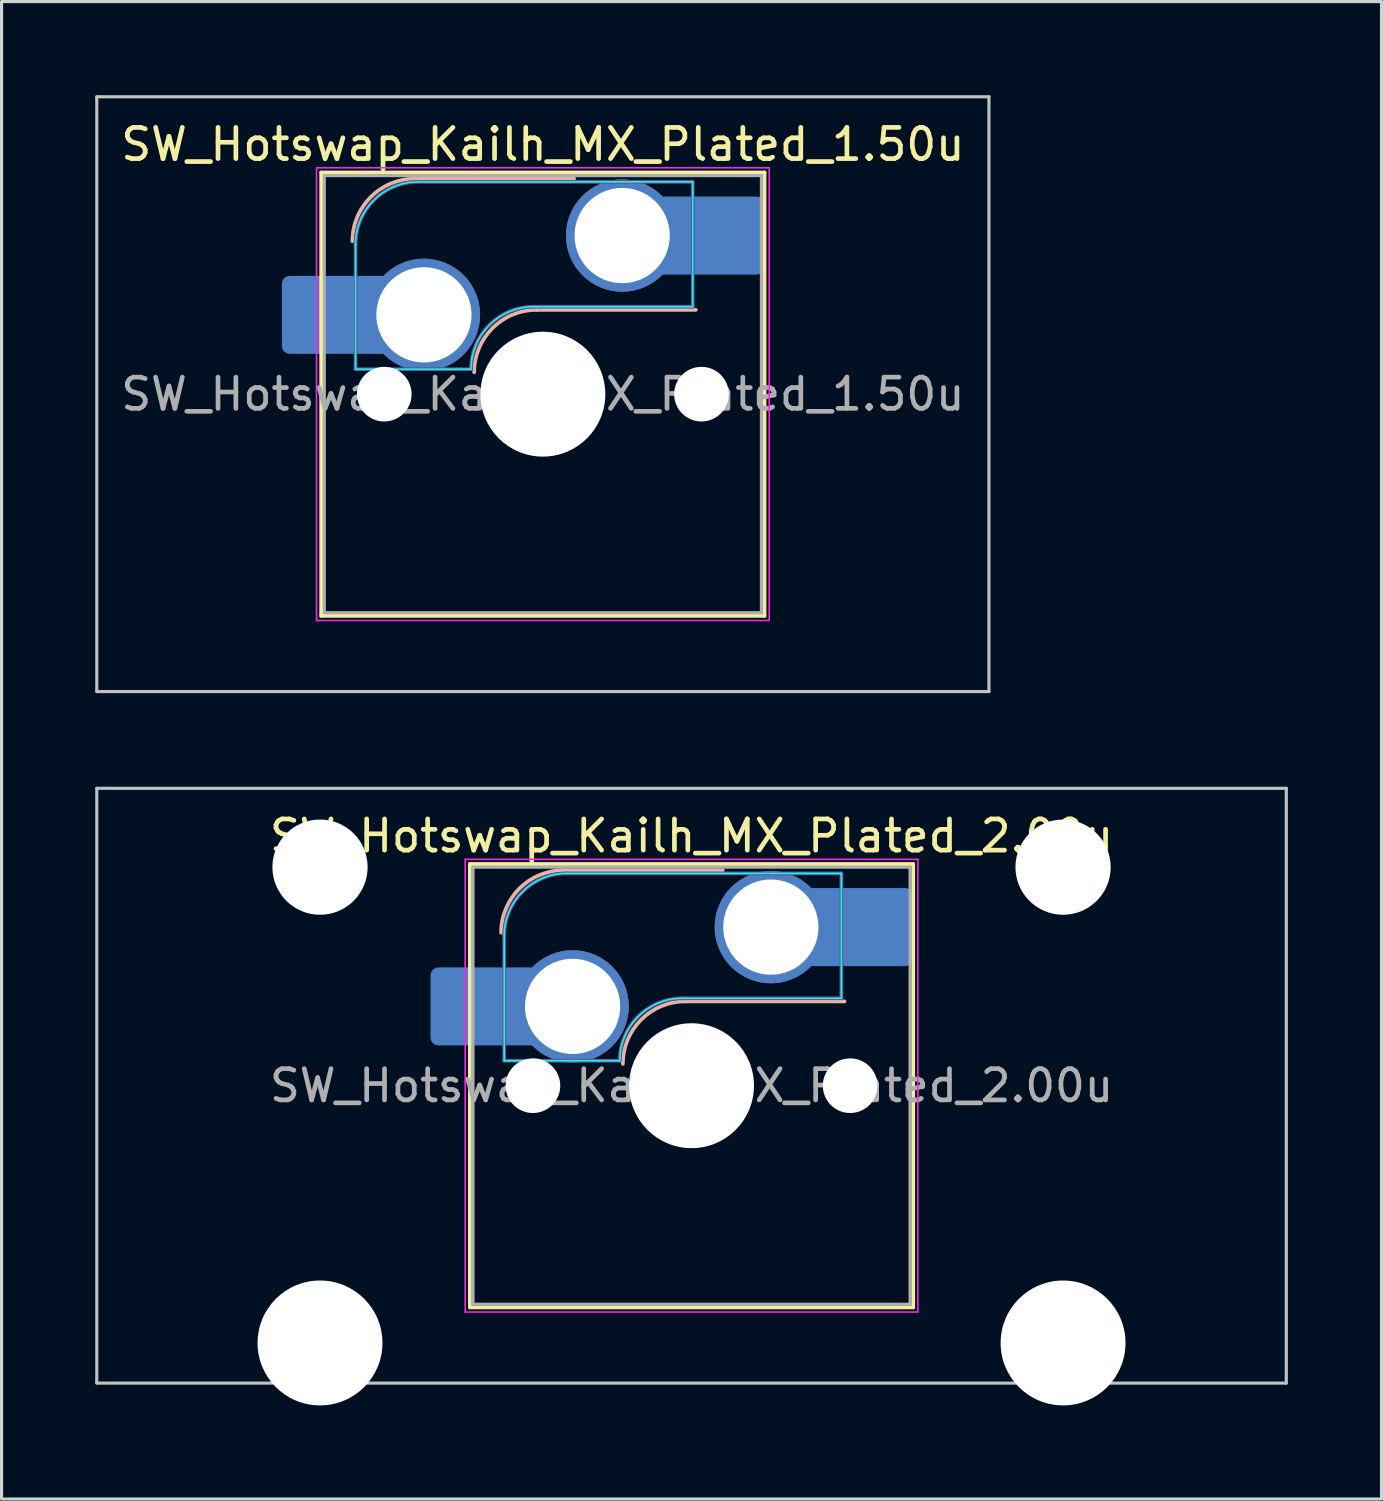
<source format=kicad_pcb>
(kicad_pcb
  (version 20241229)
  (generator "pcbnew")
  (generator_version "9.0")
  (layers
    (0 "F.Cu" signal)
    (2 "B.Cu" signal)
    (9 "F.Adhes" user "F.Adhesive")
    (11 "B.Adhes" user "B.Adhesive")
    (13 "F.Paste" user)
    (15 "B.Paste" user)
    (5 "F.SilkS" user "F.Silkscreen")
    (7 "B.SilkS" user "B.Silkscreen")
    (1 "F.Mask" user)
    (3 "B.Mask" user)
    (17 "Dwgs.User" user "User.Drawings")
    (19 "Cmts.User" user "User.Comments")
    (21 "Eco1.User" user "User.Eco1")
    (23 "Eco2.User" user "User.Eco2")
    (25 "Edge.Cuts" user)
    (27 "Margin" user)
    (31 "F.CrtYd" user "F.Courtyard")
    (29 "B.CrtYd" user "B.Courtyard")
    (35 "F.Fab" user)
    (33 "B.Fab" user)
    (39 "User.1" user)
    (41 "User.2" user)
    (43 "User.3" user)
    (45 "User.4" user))
  (footprint "SW_Hotswap_Kailh_MX_Plated_1.50u"
    (layer "F.Cu")
    (at 16.878 4.495)
    (property "Reference" "SW_Hotswap_Kailh_MX_Plated_1.50u" (at -2.54 -2.92 0) (layer "F.SilkS") (effects (font (size 1 1) (thickness 0.15))))
    (attr smd)
    (fp_line (start -9.64 -2.02) (end -9.64 12.18) (stroke (width 0.12) (type solid)) (layer "F.SilkS"))
    (fp_line (start -9.64 12.18) (end 4.56 12.18) (stroke (width 0.12) (type solid)) (layer "F.SilkS"))
    (fp_line (start 4.56 -2.02) (end -9.64 -2.02) (stroke (width 0.12) (type solid)) (layer "F.SilkS"))
    (fp_line (start 4.56 12.18) (end 4.56 -2.02) (stroke (width 0.12) (type solid)) (layer "F.SilkS"))
    (fp_line (start -6.64 -1.82) (end -1.54 -1.82) (stroke (width 0.12) (type solid)) (layer "B.SilkS"))
    (fp_line (start -2.74 2.38) (end 2.36 2.38) (stroke (width 0.12) (type solid)) (layer "B.SilkS"))
    (fp_arc (start -8.64 0.18) (mid -8.054214 -1.234214) (end -6.64 -1.82) (stroke (width 0.12) (type solid)) (layer "B.SilkS"))
    (fp_arc (start -4.74 4.38) (mid -4.154214 2.965786) (end -2.74 2.38) (stroke (width 0.12) (type solid)) (layer "B.SilkS"))
    (fp_line (start -16.828 -4.445) (end -16.828 14.605) (stroke (width 0.1) (type solid)) (layer "Dwgs.User"))
    (fp_line (start -16.828 14.605) (end 11.748 14.605) (stroke (width 0.1) (type solid)) (layer "Dwgs.User"))
    (fp_line (start 11.748 -4.445) (end -16.828 -4.445) (stroke (width 0.1) (type solid)) (layer "Dwgs.User"))
    (fp_line (start 11.748 14.605) (end 11.748 -4.445) (stroke (width 0.1) (type solid)) (layer "Dwgs.User"))
    (fp_line (start -10.34 -0.92) (end -9.54 -0.92) (stroke (width 0.1) (type solid)) (layer "Eco1.User"))
    (fp_line (start -10.34 2.18) (end -10.34 -0.92) (stroke (width 0.1) (type solid)) (layer "Eco1.User"))
    (fp_line (start -10.34 7.98) (end -9.54 7.98) (stroke (width 0.1) (type solid)) (layer "Eco1.User"))
    (fp_line (start -10.34 11.08) (end -10.34 7.98) (stroke (width 0.1) (type solid)) (layer "Eco1.User"))
    (fp_line (start -9.54 -1.92) (end 4.46 -1.92) (stroke (width 0.1) (type solid)) (layer "Eco1.User"))
    (fp_line (start -9.54 -0.92) (end -9.54 -1.92) (stroke (width 0.1) (type solid)) (layer "Eco1.User"))
    (fp_line (start -9.54 2.18) (end -10.34 2.18) (stroke (width 0.1) (type solid)) (layer "Eco1.User"))
    (fp_line (start -9.54 7.98) (end -9.54 2.18) (stroke (width 0.1) (type solid)) (layer "Eco1.User"))
    (fp_line (start -9.54 11.08) (end -10.34 11.08) (stroke (width 0.1) (type solid)) (layer "Eco1.User"))
    (fp_line (start -9.54 12.08) (end -9.54 11.08) (stroke (width 0.1) (type solid)) (layer "Eco1.User"))
    (fp_line (start 4.46 -1.92) (end 4.46 -0.92) (stroke (width 0.1) (type solid)) (layer "Eco1.User"))
    (fp_line (start 4.46 -0.92) (end 5.26 -0.92) (stroke (width 0.1) (type solid)) (layer "Eco1.User"))
    (fp_line (start 4.46 2.18) (end 4.46 7.98) (stroke (width 0.1) (type solid)) (layer "Eco1.User"))
    (fp_line (start 4.46 7.98) (end 5.26 7.98) (stroke (width 0.1) (type solid)) (layer "Eco1.User"))
    (fp_line (start 4.46 11.08) (end 4.46 12.08) (stroke (width 0.1) (type solid)) (layer "Eco1.User"))
    (fp_line (start 4.46 12.08) (end -9.54 12.08) (stroke (width 0.1) (type solid)) (layer "Eco1.User"))
    (fp_line (start 5.26 -0.92) (end 5.26 2.18) (stroke (width 0.1) (type solid)) (layer "Eco1.User"))
    (fp_line (start 5.26 2.18) (end 4.46 2.18) (stroke (width 0.1) (type solid)) (layer "Eco1.User"))
    (fp_line (start 5.26 7.98) (end 5.26 11.08) (stroke (width 0.1) (type solid)) (layer "Eco1.User"))
    (fp_line (start 5.26 11.08) (end 4.46 11.08) (stroke (width 0.1) (type solid)) (layer "Eco1.User"))
    (fp_line (start -8.54 4.28) (end -8.54 0.28) (stroke (width 0.05) (type solid)) (layer "B.CrtYd"))
    (fp_line (start -8.54 4.28) (end -4.84 4.28) (stroke (width 0.05) (type solid)) (layer "B.CrtYd"))
    (fp_line (start -6.54 -1.72) (end 2.26 -1.72) (stroke (width 0.05) (type solid)) (layer "B.CrtYd"))
    (fp_line (start -2.84 2.28) (end 2.26 2.28) (stroke (width 0.05) (type solid)) (layer "B.CrtYd"))
    (fp_line (start 2.26 -1.72) (end 2.26 2.28) (stroke (width 0.05) (type solid)) (layer "B.CrtYd"))
    (fp_arc (start -8.54 0.28) (mid -7.954214 -1.134214) (end -6.54 -1.72) (stroke (width 0.05) (type solid)) (layer "B.CrtYd"))
    (fp_arc (start -4.84 4.28) (mid -4.254214 2.865786) (end -2.84 2.28) (stroke (width 0.05) (type solid)) (layer "B.CrtYd"))
    (fp_line (start -9.79 -2.17) (end -9.79 12.33) (stroke (width 0.05) (type solid)) (layer "F.CrtYd"))
    (fp_line (start -9.79 12.33) (end 4.71 12.33) (stroke (width 0.05) (type solid)) (layer "F.CrtYd"))
    (fp_line (start 4.71 -2.17) (end -9.79 -2.17) (stroke (width 0.05) (type solid)) (layer "F.CrtYd"))
    (fp_line (start 4.71 12.33) (end 4.71 -2.17) (stroke (width 0.05) (type solid)) (layer "F.CrtYd"))
    (fp_line (start -8.54 4.28) (end -8.54 0.28) (stroke (width 0.12) (type solid)) (layer "B.Fab"))
    (fp_line (start -8.54 4.28) (end -4.84 4.28) (stroke (width 0.12) (type solid)) (layer "B.Fab"))
    (fp_line (start -6.54 -1.72) (end 2.26 -1.72) (stroke (width 0.12) (type solid)) (layer "B.Fab"))
    (fp_line (start -2.84 2.28) (end 2.26 2.28) (stroke (width 0.12) (type solid)) (layer "B.Fab"))
    (fp_line (start 2.26 -1.72) (end 2.26 2.28) (stroke (width 0.12) (type solid)) (layer "B.Fab"))
    (fp_arc (start -8.54 0.28) (mid -7.954214 -1.134214) (end -6.54 -1.72) (stroke (width 0.12) (type solid)) (layer "B.Fab"))
    (fp_arc (start -4.84 4.28) (mid -4.254214 2.865786) (end -2.84 2.28) (stroke (width 0.12) (type solid)) (layer "B.Fab"))
    (fp_line (start -9.54 -1.92) (end -9.54 12.08) (stroke (width 0.1) (type solid)) (layer "F.Fab"))
    (fp_line (start -9.54 12.08) (end 4.46 12.08) (stroke (width 0.1) (type solid)) (layer "F.Fab"))
    (fp_line (start 4.46 -1.92) (end -9.54 -1.92) (stroke (width 0.1) (type solid)) (layer "F.Fab"))
    (fp_line (start 4.46 12.08) (end 4.46 -1.92) (stroke (width 0.1) (type solid)) (layer "F.Fab"))
    (fp_text user "${REFERENCE}" (at -2.54 5.08 0) (layer "F.Fab") (effects (font (size 1 1) (thickness 0.15))))
    (pad "" smd roundrect (at -9.625 2.54) (size 2.55 2.5) (layers "B.Mask" "B.Paste") (roundrect_rratio 0.1))
    (pad "" np_thru_hole circle (at -7.62 5.08) (size 1.75 1.75) (drill 1.75) (layers "*.Cu" "*.Mask"))
    (pad "" np_thru_hole circle (at -2.54 5.08) (size 4 4) (drill 4) (layers "*.Cu" "*.Mask"))
    (pad "" np_thru_hole circle (at 2.54 5.08) (size 1.75 1.75) (drill 1.75) (layers "*.Cu" "*.Mask"))
    (pad "" smd roundrect (at 3.302 0) (size 2.55 2.5) (layers "B.Mask" "B.Paste") (roundrect_rratio 0.1))
    (pad "1" thru_hole circle (at 0 0) (size 3.6 3.6) (drill 3.05) (layers "*.Cu" "*.Mask"))
    (pad "1" smd roundrect (at 2.78 0) (size 3.55 2.5) (layers "B.Cu") (roundrect_rratio 0.1))
    (pad "2" smd roundrect (at -9.125 2.54) (size 3.55 2.5) (layers "B.Cu") (roundrect_rratio 0.1))
    (pad "2" thru_hole circle (at -6.35 2.54) (size 3.6 3.6) (drill 3.05) (layers "*.Cu" "*.Mask")))
  (footprint "SW_Hotswap_Kailh_MX_Plated_2.00u"
    (layer "F.Cu")
    (at 21.64 26.645)
    (property "Reference" "SW_Hotswap_Kailh_MX_Plated_2.00u" (at -2.54 -2.92 0) (layer "F.SilkS") (effects (font (size 1 1) (thickness 0.15))))
    (attr smd)
    (fp_line (start -9.64 -2.02) (end -9.64 12.18) (stroke (width 0.12) (type solid)) (layer "F.SilkS"))
    (fp_line (start -9.64 12.18) (end 4.56 12.18) (stroke (width 0.12) (type solid)) (layer "F.SilkS"))
    (fp_line (start 4.56 -2.02) (end -9.64 -2.02) (stroke (width 0.12) (type solid)) (layer "F.SilkS"))
    (fp_line (start 4.56 12.18) (end 4.56 -2.02) (stroke (width 0.12) (type solid)) (layer "F.SilkS"))
    (fp_line (start -6.64 -1.82) (end -1.54 -1.82) (stroke (width 0.12) (type solid)) (layer "B.SilkS"))
    (fp_line (start -2.74 2.38) (end 2.36 2.38) (stroke (width 0.12) (type solid)) (layer "B.SilkS"))
    (fp_arc (start -8.64 0.18) (mid -8.054214 -1.234214) (end -6.64 -1.82) (stroke (width 0.12) (type solid)) (layer "B.SilkS"))
    (fp_arc (start -4.74 4.38) (mid -4.154214 2.965786) (end -2.74 2.38) (stroke (width 0.12) (type solid)) (layer "B.SilkS"))
    (fp_line (start -21.59 -4.445) (end -21.59 14.605) (stroke (width 0.1) (type solid)) (layer "Dwgs.User"))
    (fp_line (start -21.59 14.605) (end 16.51 14.605) (stroke (width 0.1) (type solid)) (layer "Dwgs.User"))
    (fp_line (start 16.51 -4.445) (end -21.59 -4.445) (stroke (width 0.1) (type solid)) (layer "Dwgs.User"))
    (fp_line (start 16.51 14.605) (end 16.51 -4.445) (stroke (width 0.1) (type solid)) (layer "Dwgs.User"))
    (fp_line (start -10.34 -0.92) (end -9.54 -0.92) (stroke (width 0.1) (type solid)) (layer "Eco1.User"))
    (fp_line (start -10.34 2.18) (end -10.34 -0.92) (stroke (width 0.1) (type solid)) (layer "Eco1.User"))
    (fp_line (start -10.34 7.98) (end -9.54 7.98) (stroke (width 0.1) (type solid)) (layer "Eco1.User"))
    (fp_line (start -10.34 11.08) (end -10.34 7.98) (stroke (width 0.1) (type solid)) (layer "Eco1.User"))
    (fp_line (start -9.54 -1.92) (end 4.46 -1.92) (stroke (width 0.1) (type solid)) (layer "Eco1.User"))
    (fp_line (start -9.54 -0.92) (end -9.54 -1.92) (stroke (width 0.1) (type solid)) (layer "Eco1.User"))
    (fp_line (start -9.54 2.18) (end -10.34 2.18) (stroke (width 0.1) (type solid)) (layer "Eco1.User"))
    (fp_line (start -9.54 7.98) (end -9.54 2.18) (stroke (width 0.1) (type solid)) (layer "Eco1.User"))
    (fp_line (start -9.54 11.08) (end -10.34 11.08) (stroke (width 0.1) (type solid)) (layer "Eco1.User"))
    (fp_line (start -9.54 12.08) (end -9.54 11.08) (stroke (width 0.1) (type solid)) (layer "Eco1.User"))
    (fp_line (start 4.46 -1.92) (end 4.46 -0.92) (stroke (width 0.1) (type solid)) (layer "Eco1.User"))
    (fp_line (start 4.46 -0.92) (end 5.26 -0.92) (stroke (width 0.1) (type solid)) (layer "Eco1.User"))
    (fp_line (start 4.46 2.18) (end 4.46 7.98) (stroke (width 0.1) (type solid)) (layer "Eco1.User"))
    (fp_line (start 4.46 7.98) (end 5.26 7.98) (stroke (width 0.1) (type solid)) (layer "Eco1.User"))
    (fp_line (start 4.46 11.08) (end 4.46 12.08) (stroke (width 0.1) (type solid)) (layer "Eco1.User"))
    (fp_line (start 4.46 12.08) (end -9.54 12.08) (stroke (width 0.1) (type solid)) (layer "Eco1.User"))
    (fp_line (start 5.26 -0.92) (end 5.26 2.18) (stroke (width 0.1) (type solid)) (layer "Eco1.User"))
    (fp_line (start 5.26 2.18) (end 4.46 2.18) (stroke (width 0.1) (type solid)) (layer "Eco1.User"))
    (fp_line (start 5.26 7.98) (end 5.26 11.08) (stroke (width 0.1) (type solid)) (layer "Eco1.User"))
    (fp_line (start 5.26 11.08) (end 4.46 11.08) (stroke (width 0.1) (type solid)) (layer "Eco1.User"))
    (fp_line (start -8.54 4.28) (end -8.54 0.28) (stroke (width 0.05) (type solid)) (layer "B.CrtYd"))
    (fp_line (start -8.54 4.28) (end -4.84 4.28) (stroke (width 0.05) (type solid)) (layer "B.CrtYd"))
    (fp_line (start -6.54 -1.72) (end 2.26 -1.72) (stroke (width 0.05) (type solid)) (layer "B.CrtYd"))
    (fp_line (start -2.84 2.28) (end 2.26 2.28) (stroke (width 0.05) (type solid)) (layer "B.CrtYd"))
    (fp_line (start 2.26 -1.72) (end 2.26 2.28) (stroke (width 0.05) (type solid)) (layer "B.CrtYd"))
    (fp_arc (start -8.54 0.28) (mid -7.954214 -1.134214) (end -6.54 -1.72) (stroke (width 0.05) (type solid)) (layer "B.CrtYd"))
    (fp_arc (start -4.84 4.28) (mid -4.254214 2.865786) (end -2.84 2.28) (stroke (width 0.05) (type solid)) (layer "B.CrtYd"))
    (fp_line (start -9.79 -2.17) (end -9.79 12.33) (stroke (width 0.05) (type solid)) (layer "F.CrtYd"))
    (fp_line (start -9.79 12.33) (end 4.71 12.33) (stroke (width 0.05) (type solid)) (layer "F.CrtYd"))
    (fp_line (start 4.71 -2.17) (end -9.79 -2.17) (stroke (width 0.05) (type solid)) (layer "F.CrtYd"))
    (fp_line (start 4.71 12.33) (end 4.71 -2.17) (stroke (width 0.05) (type solid)) (layer "F.CrtYd"))
    (fp_line (start -8.54 4.28) (end -8.54 0.28) (stroke (width 0.12) (type solid)) (layer "B.Fab"))
    (fp_line (start -8.54 4.28) (end -4.84 4.28) (stroke (width 0.12) (type solid)) (layer "B.Fab"))
    (fp_line (start -6.54 -1.72) (end 2.26 -1.72) (stroke (width 0.12) (type solid)) (layer "B.Fab"))
    (fp_line (start -2.84 2.28) (end 2.26 2.28) (stroke (width 0.12) (type solid)) (layer "B.Fab"))
    (fp_line (start 2.26 -1.72) (end 2.26 2.28) (stroke (width 0.12) (type solid)) (layer "B.Fab"))
    (fp_arc (start -8.54 0.28) (mid -7.954214 -1.134214) (end -6.54 -1.72) (stroke (width 0.12) (type solid)) (layer "B.Fab"))
    (fp_arc (start -4.84 4.28) (mid -4.254214 2.865786) (end -2.84 2.28) (stroke (width 0.12) (type solid)) (layer "B.Fab"))
    (fp_line (start -9.54 -1.92) (end -9.54 12.08) (stroke (width 0.1) (type solid)) (layer "F.Fab"))
    (fp_line (start -9.54 12.08) (end 4.46 12.08) (stroke (width 0.1) (type solid)) (layer "F.Fab"))
    (fp_line (start 4.46 -1.92) (end -9.54 -1.92) (stroke (width 0.1) (type solid)) (layer "F.Fab"))
    (fp_line (start 4.46 12.08) (end 4.46 -1.92) (stroke (width 0.1) (type solid)) (layer "F.Fab"))
    (fp_text user "${REFERENCE}" (at -2.54 5.08 0) (layer "F.Fab") (effects (font (size 1 1) (thickness 0.15))))
    (pad "" np_thru_hole circle (at -14.44 -1.92) (size 3.05 3.05) (drill 3.05) (layers "*.Cu" "*.Mask"))
    (pad "" np_thru_hole circle (at -14.44 13.32) (size 4 4) (drill 4) (layers "*.Cu" "*.Mask"))
    (pad "" smd roundrect (at -9.625 2.54) (size 2.55 2.5) (layers "B.Mask" "B.Paste") (roundrect_rratio 0.1))
    (pad "" np_thru_hole circle (at -7.62 5.08) (size 1.75 1.75) (drill 1.75) (layers "*.Cu" "*.Mask"))
    (pad "" np_thru_hole circle (at -2.54 5.08) (size 4 4) (drill 4) (layers "*.Cu" "*.Mask"))
    (pad "" np_thru_hole circle (at 2.54 5.08) (size 1.75 1.75) (drill 1.75) (layers "*.Cu" "*.Mask"))
    (pad "" smd roundrect (at 3.302 0) (size 2.55 2.5) (layers "B.Mask" "B.Paste") (roundrect_rratio 0.1))
    (pad "" np_thru_hole circle (at 9.36 -1.92) (size 3.05 3.05) (drill 3.05) (layers "*.Cu" "*.Mask"))
    (pad "" np_thru_hole circle (at 9.36 13.32) (size 4 4) (drill 4) (layers "*.Cu" "*.Mask"))
    (pad "1" thru_hole circle (at 0 0) (size 3.6 3.6) (drill 3.05) (layers "*.Cu" "*.Mask"))
    (pad "1" smd roundrect (at 2.78 0) (size 3.55 2.5) (layers "B.Cu") (roundrect_rratio 0.1))
    (pad "2" smd roundrect (at -9.125 2.54) (size 3.55 2.5) (layers "B.Cu") (roundrect_rratio 0.1))
    (pad "2" thru_hole circle (at -6.35 2.54) (size 3.6 3.6) (drill 3.05) (layers "*.Cu" "*.Mask")))
  (gr_rect
    (start -3 -3)
    (end 41.2 44.965)
    (stroke (width 0.1) (type default))
    (fill no)
    (layer "Edge.Cuts")))
</source>
